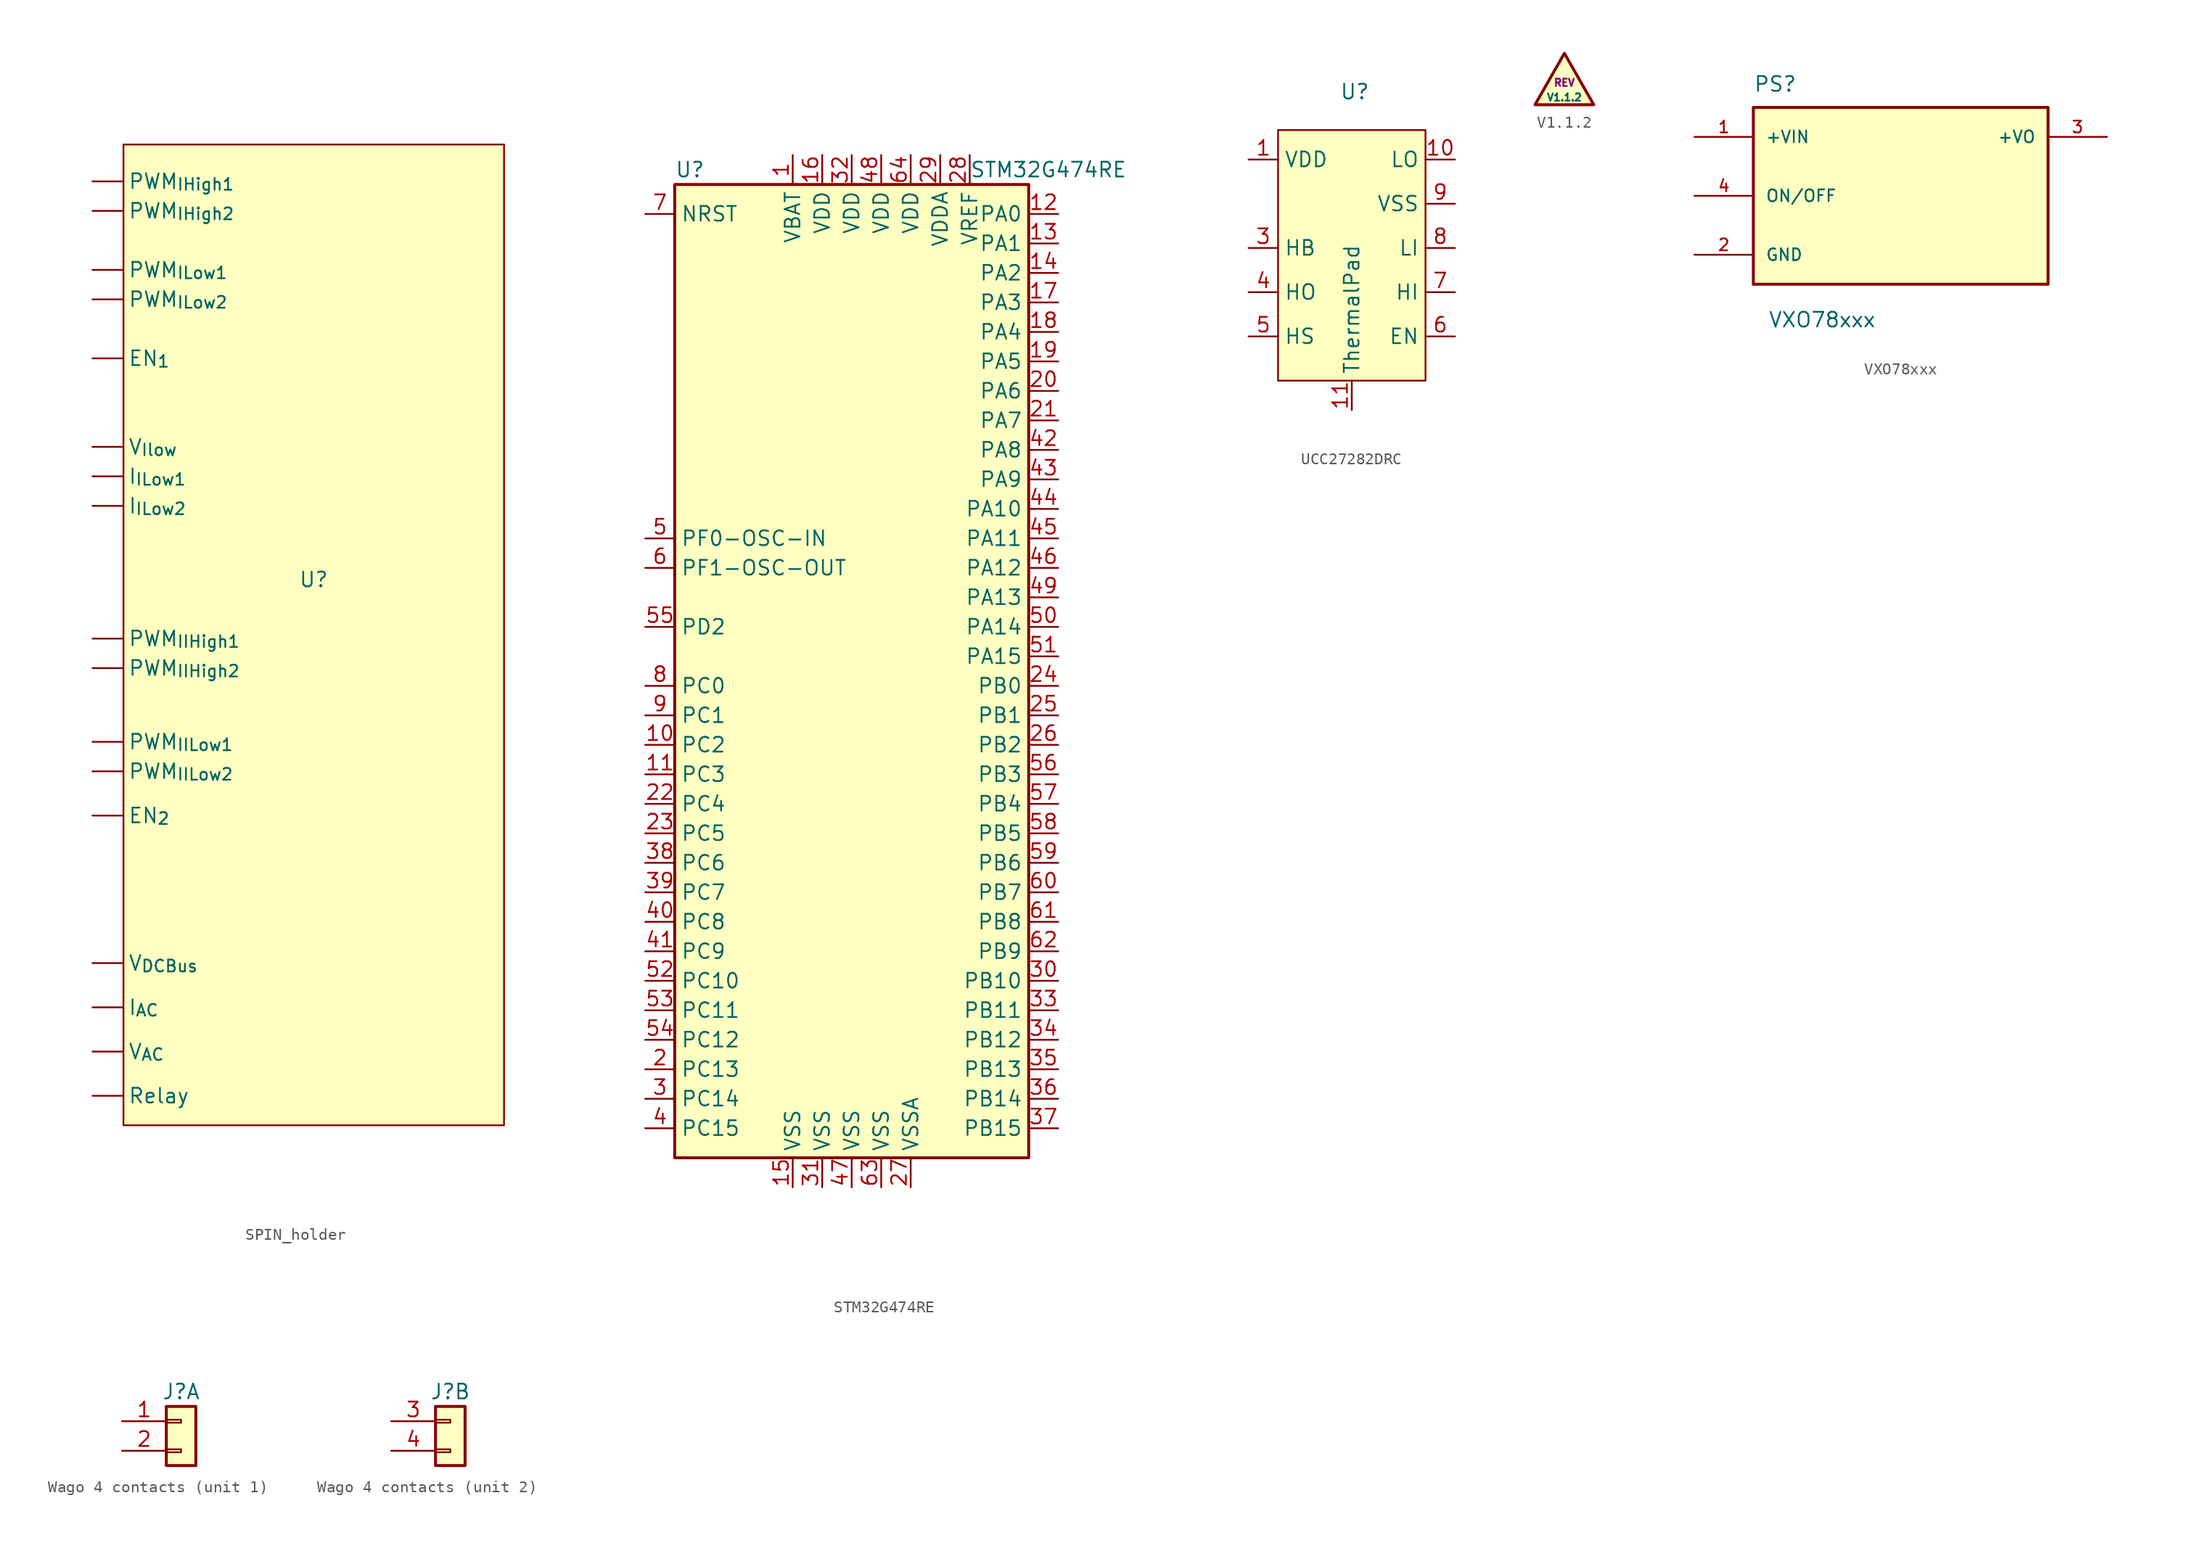
<source format=kicad_sym>
(kicad_symbol_lib
  (version 20241209)
  (generator "kicad_symbol_editor")
  (generator_version "9.0")
  (symbol "SPIN_holder"
    (property "Reference" "U"
      (at 0 0 0)
      (effects (font (size 1.27 1.27))))
    (property "Value" ""
      (at 0 0 0)
      (effects (font (size 1.27 1.27))))
    (symbol "SPIN_holder_1_1"
      (rectangle (start -16.383 37.465) (end 16.383 -46.99) (stroke (width 0) (type solid)) (fill (type background)))
      (pin input line (at -19.05 34.29 0) (length 2.54) (name "PWM_{IHigh1}" (effects (font (size 1.27 1.27)))) (number "" (effects (font (size 1.27 1.27)))))
      (pin input line (at -19.05 31.75 0) (length 2.54) (name "PWM_{IHigh2}" (effects (font (size 1.27 1.27)))) (number "" (effects (font (size 1.27 1.27)))))
      (pin input line (at -19.05 26.67 0) (length 2.54) (name "PWM_{ILow1}" (effects (font (size 1.27 1.27)))) (number "" (effects (font (size 1.27 1.27)))))
      (pin input line (at -19.05 24.13 0) (length 2.54) (name "PWM_{ILow2}" (effects (font (size 1.27 1.27)))) (number "" (effects (font (size 1.27 1.27)))))
      (pin input line (at -19.05 19.05 0) (length 2.54) (name "EN_{1}" (effects (font (size 1.27 1.27)))) (number "" (effects (font (size 1.27 1.27)))))
      (pin input line (at -19.05 11.43 0) (length 2.54) (name "V_{Ilow}" (effects (font (size 1.27 1.27)))) (number "" (effects (font (size 1.27 1.27)))))
      (pin input line (at -19.05 8.89 0) (length 2.54) (name "I_{ILow1}" (effects (font (size 1.27 1.27)))) (number "" (effects (font (size 1.27 1.27)))))
      (pin input line (at -19.05 6.35 0) (length 2.54) (name "I_{ILow2}" (effects (font (size 1.27 1.27)))) (number "" (effects (font (size 1.27 1.27)))))
      (pin input line (at -19.05 -5.08 0) (length 2.54) (name "PWM_{IIHigh1}" (effects (font (size 1.27 1.27)))) (number "" (effects (font (size 1.27 1.27)))))
      (pin input line (at -19.05 -7.62 0) (length 2.54) (name "PWM_{IIHigh2}" (effects (font (size 1.27 1.27)))) (number "" (effects (font (size 1.27 1.27)))))
      (pin input line (at -19.05 -13.97 0) (length 2.54) (name "PWM_{IILow1}" (effects (font (size 1.27 1.27)))) (number "" (effects (font (size 1.27 1.27)))))
      (pin input line (at -19.05 -16.51 0) (length 2.54) (name "PWM_{IILow2}" (effects (font (size 1.27 1.27)))) (number "" (effects (font (size 1.27 1.27)))))
      (pin input line (at -19.05 -20.32 0) (length 2.54) (name "EN_{2}" (effects (font (size 1.27 1.27)))) (number "" (effects (font (size 1.27 1.27)))))
      (pin input line (at -19.05 -33.02 0) (length 2.54) (name "V_{DCBus}" (effects (font (size 1.27 1.27)))) (number "" (effects (font (size 1.27 1.27)))))
      (pin input line (at -19.05 -36.83 0) (length 2.54) (name "I_{AC}" (effects (font (size 1.27 1.27)))) (number "" (effects (font (size 1.27 1.27)))))
      (pin input line (at -19.05 -40.64 0) (length 2.54) (name "V_{AC}" (effects (font (size 1.27 1.27)))) (number "" (effects (font (size 1.27 1.27)))))
      (pin input line (at -19.05 -44.45 0) (length 2.54) (name "Relay" (effects (font (size 1.27 1.27)))) (number "" (effects (font (size 1.27 1.27)))))))
  (symbol "STM32G474RE"
    (property "Reference" "U"
      (at -15.24 41.91 0)
      (effects (font (size 1.27 1.27)) (justify left)))
    (property "Value" "STM32G474RE"
      (at 10.16 41.91 0)
      (effects (font (size 1.27 1.27)) (justify left)))
    (symbol "STM32G474RE_0_1"
      (rectangle (start -15.24 -43.18) (end 15.24 40.64) (stroke (width 0.254) (type default)) (fill (type background))))
    (symbol "STM32G474RE_1_1"
      (pin input line (at -17.78 38.1 0) (length 2.54) (name "NRST" (effects (font (size 1.27 1.27)))) (number "7" (effects (font (size 1.27 1.27)))))
      (pin input line (at -17.78 10.16 0) (length 2.54) (name "PF0-OSC-IN" (effects (font (size 1.27 1.27)))) (number "5" (effects (font (size 1.27 1.27)))))
      (pin input line (at -17.78 7.62 0) (length 2.54) (name "PF1-OSC-OUT" (effects (font (size 1.27 1.27)))) (number "6" (effects (font (size 1.27 1.27)))))
      (pin bidirectional line (at -17.78 2.54 0) (length 2.54) (name "PD2" (effects (font (size 1.27 1.27)))) (number "55" (effects (font (size 1.27 1.27)))))
      (pin bidirectional line (at -17.78 -2.54 0) (length 2.54) (name "PC0" (effects (font (size 1.27 1.27)))) (number "8" (effects (font (size 1.27 1.27)))))
      (pin bidirectional line (at -17.78 -5.08 0) (length 2.54) (name "PC1" (effects (font (size 1.27 1.27)))) (number "9" (effects (font (size 1.27 1.27)))))
      (pin bidirectional line (at -17.78 -7.62 0) (length 2.54) (name "PC2" (effects (font (size 1.27 1.27)))) (number "10" (effects (font (size 1.27 1.27)))))
      (pin bidirectional line (at -17.78 -10.16 0) (length 2.54) (name "PC3" (effects (font (size 1.27 1.27)))) (number "11" (effects (font (size 1.27 1.27)))))
      (pin bidirectional line (at -17.78 -12.7 0) (length 2.54) (name "PC4" (effects (font (size 1.27 1.27)))) (number "22" (effects (font (size 1.27 1.27)))))
      (pin bidirectional line (at -17.78 -15.24 0) (length 2.54) (name "PC5" (effects (font (size 1.27 1.27)))) (number "23" (effects (font (size 1.27 1.27)))))
      (pin bidirectional line (at -17.78 -17.78 0) (length 2.54) (name "PC6" (effects (font (size 1.27 1.27)))) (number "38" (effects (font (size 1.27 1.27)))))
      (pin bidirectional line (at -17.78 -20.32 0) (length 2.54) (name "PC7" (effects (font (size 1.27 1.27)))) (number "39" (effects (font (size 1.27 1.27)))))
      (pin bidirectional line (at -17.78 -22.86 0) (length 2.54) (name "PC8" (effects (font (size 1.27 1.27)))) (number "40" (effects (font (size 1.27 1.27)))))
      (pin bidirectional line (at -17.78 -25.4 0) (length 2.54) (name "PC9" (effects (font (size 1.27 1.27)))) (number "41" (effects (font (size 1.27 1.27)))))
      (pin bidirectional line (at -17.78 -27.94 0) (length 2.54) (name "PC10" (effects (font (size 1.27 1.27)))) (number "52" (effects (font (size 1.27 1.27)))))
      (pin bidirectional line (at -17.78 -30.48 0) (length 2.54) (name "PC11" (effects (font (size 1.27 1.27)))) (number "53" (effects (font (size 1.27 1.27)))))
      (pin bidirectional line (at -17.78 -33.02 0) (length 2.54) (name "PC12" (effects (font (size 1.27 1.27)))) (number "54" (effects (font (size 1.27 1.27)))))
      (pin bidirectional line (at -17.78 -35.56 0) (length 2.54) (name "PC13" (effects (font (size 1.27 1.27)))) (number "2" (effects (font (size 1.27 1.27)))))
      (pin bidirectional line (at -17.78 -38.1 0) (length 2.54) (name "PC14" (effects (font (size 1.27 1.27)))) (number "3" (effects (font (size 1.27 1.27)))))
      (pin bidirectional line (at -17.78 -40.64 0) (length 2.54) (name "PC15" (effects (font (size 1.27 1.27)))) (number "4" (effects (font (size 1.27 1.27)))))
      (pin power_in line (at -5.08 43.18 270) (length 2.54) (name "VBAT" (effects (font (size 1.27 1.27)))) (number "1" (effects (font (size 1.27 1.27)))))
      (pin power_in line (at -5.08 -45.72 90) (length 2.54) (name "VSS" (effects (font (size 1.27 1.27)))) (number "15" (effects (font (size 1.27 1.27)))))
      (pin power_in line (at -2.54 43.18 270) (length 2.54) (name "VDD" (effects (font (size 1.27 1.27)))) (number "16" (effects (font (size 1.27 1.27)))))
      (pin power_in line (at -2.54 -45.72 90) (length 2.54) (name "VSS" (effects (font (size 1.27 1.27)))) (number "31" (effects (font (size 1.27 1.27)))))
      (pin power_in line (at 0 43.18 270) (length 2.54) (name "VDD" (effects (font (size 1.27 1.27)))) (number "32" (effects (font (size 1.27 1.27)))))
      (pin power_in line (at 0 -45.72 90) (length 2.54) (name "VSS" (effects (font (size 1.27 1.27)))) (number "47" (effects (font (size 1.27 1.27)))))
      (pin power_in line (at 2.54 43.18 270) (length 2.54) (name "VDD" (effects (font (size 1.27 1.27)))) (number "48" (effects (font (size 1.27 1.27)))))
      (pin power_in line (at 2.54 -45.72 90) (length 2.54) (name "VSS" (effects (font (size 1.27 1.27)))) (number "63" (effects (font (size 1.27 1.27)))))
      (pin power_in line (at 5.08 43.18 270) (length 2.54) (name "VDD" (effects (font (size 1.27 1.27)))) (number "64" (effects (font (size 1.27 1.27)))))
      (pin power_in line (at 5.08 -45.72 90) (length 2.54) (name "VSSA" (effects (font (size 1.27 1.27)))) (number "27" (effects (font (size 1.27 1.27)))))
      (pin power_in line (at 7.62 43.18 270) (length 2.54) (name "VDDA" (effects (font (size 1.27 1.27)))) (number "29" (effects (font (size 1.27 1.27)))))
      (pin bidirectional line (at 10.16 43.18 270) (length 2.54) (name "VREF" (effects (font (size 1.27 1.27)))) (number "28" (effects (font (size 1.27 1.27)))))
      (pin bidirectional line (at 17.78 38.1 180) (length 2.54) (name "PA0" (effects (font (size 1.27 1.27)))) (number "12" (effects (font (size 1.27 1.27)))))
      (pin bidirectional line (at 17.78 35.56 180) (length 2.54) (name "PA1" (effects (font (size 1.27 1.27)))) (number "13" (effects (font (size 1.27 1.27)))))
      (pin bidirectional line (at 17.78 33.02 180) (length 2.54) (name "PA2" (effects (font (size 1.27 1.27)))) (number "14" (effects (font (size 1.27 1.27)))))
      (pin bidirectional line (at 17.78 30.48 180) (length 2.54) (name "PA3" (effects (font (size 1.27 1.27)))) (number "17" (effects (font (size 1.27 1.27)))))
      (pin bidirectional line (at 17.78 27.94 180) (length 2.54) (name "PA4" (effects (font (size 1.27 1.27)))) (number "18" (effects (font (size 1.27 1.27)))))
      (pin bidirectional line (at 17.78 25.4 180) (length 2.54) (name "PA5" (effects (font (size 1.27 1.27)))) (number "19" (effects (font (size 1.27 1.27)))))
      (pin bidirectional line (at 17.78 22.86 180) (length 2.54) (name "PA6" (effects (font (size 1.27 1.27)))) (number "20" (effects (font (size 1.27 1.27)))))
      (pin bidirectional line (at 17.78 20.32 180) (length 2.54) (name "PA7" (effects (font (size 1.27 1.27)))) (number "21" (effects (font (size 1.27 1.27)))))
      (pin bidirectional line (at 17.78 17.78 180) (length 2.54) (name "PA8" (effects (font (size 1.27 1.27)))) (number "42" (effects (font (size 1.27 1.27)))))
      (pin bidirectional line (at 17.78 15.24 180) (length 2.54) (name "PA9" (effects (font (size 1.27 1.27)))) (number "43" (effects (font (size 1.27 1.27)))))
      (pin bidirectional line (at 17.78 12.7 180) (length 2.54) (name "PA10" (effects (font (size 1.27 1.27)))) (number "44" (effects (font (size 1.27 1.27)))))
      (pin bidirectional line (at 17.78 10.16 180) (length 2.54) (name "PA11" (effects (font (size 1.27 1.27)))) (number "45" (effects (font (size 1.27 1.27)))))
      (pin bidirectional line (at 17.78 7.62 180) (length 2.54) (name "PA12" (effects (font (size 1.27 1.27)))) (number "46" (effects (font (size 1.27 1.27)))))
      (pin bidirectional line (at 17.78 5.08 180) (length 2.54) (name "PA13" (effects (font (size 1.27 1.27)))) (number "49" (effects (font (size 1.27 1.27)))))
      (pin bidirectional line (at 17.78 2.54 180) (length 2.54) (name "PA14" (effects (font (size 1.27 1.27)))) (number "50" (effects (font (size 1.27 1.27)))))
      (pin bidirectional line (at 17.78 0 180) (length 2.54) (name "PA15" (effects (font (size 1.27 1.27)))) (number "51" (effects (font (size 1.27 1.27)))))
      (pin bidirectional line (at 17.78 -2.54 180) (length 2.54) (name "PB0" (effects (font (size 1.27 1.27)))) (number "24" (effects (font (size 1.27 1.27)))))
      (pin bidirectional line (at 17.78 -5.08 180) (length 2.54) (name "PB1" (effects (font (size 1.27 1.27)))) (number "25" (effects (font (size 1.27 1.27)))))
      (pin bidirectional line (at 17.78 -7.62 180) (length 2.54) (name "PB2" (effects (font (size 1.27 1.27)))) (number "26" (effects (font (size 1.27 1.27)))))
      (pin bidirectional line (at 17.78 -10.16 180) (length 2.54) (name "PB3" (effects (font (size 1.27 1.27)))) (number "56" (effects (font (size 1.27 1.27)))))
      (pin bidirectional line (at 17.78 -12.7 180) (length 2.54) (name "PB4" (effects (font (size 1.27 1.27)))) (number "57" (effects (font (size 1.27 1.27)))))
      (pin bidirectional line (at 17.78 -15.24 180) (length 2.54) (name "PB5" (effects (font (size 1.27 1.27)))) (number "58" (effects (font (size 1.27 1.27)))))
      (pin bidirectional line (at 17.78 -17.78 180) (length 2.54) (name "PB6" (effects (font (size 1.27 1.27)))) (number "59" (effects (font (size 1.27 1.27)))))
      (pin bidirectional line (at 17.78 -20.32 180) (length 2.54) (name "PB7" (effects (font (size 1.27 1.27)))) (number "60" (effects (font (size 1.27 1.27)))))
      (pin bidirectional line (at 17.78 -22.86 180) (length 2.54) (name "PB8" (effects (font (size 1.27 1.27)))) (number "61" (effects (font (size 1.27 1.27)))))
      (pin bidirectional line (at 17.78 -25.4 180) (length 2.54) (name "PB9" (effects (font (size 1.27 1.27)))) (number "62" (effects (font (size 1.27 1.27)))))
      (pin bidirectional line (at 17.78 -27.94 180) (length 2.54) (name "PB10" (effects (font (size 1.27 1.27)))) (number "30" (effects (font (size 1.27 1.27)))))
      (pin bidirectional line (at 17.78 -30.48 180) (length 2.54) (name "PB11" (effects (font (size 1.27 1.27)))) (number "33" (effects (font (size 1.27 1.27)))))
      (pin bidirectional line (at 17.78 -33.02 180) (length 2.54) (name "PB12" (effects (font (size 1.27 1.27)))) (number "34" (effects (font (size 1.27 1.27)))))
      (pin bidirectional line (at 17.78 -35.56 180) (length 2.54) (name "PB13" (effects (font (size 1.27 1.27)))) (number "35" (effects (font (size 1.27 1.27)))))
      (pin bidirectional line (at 17.78 -38.1 180) (length 2.54) (name "PB14" (effects (font (size 1.27 1.27)))) (number "36" (effects (font (size 1.27 1.27)))))
      (pin bidirectional line (at 17.78 -40.64 180) (length 2.54) (name "PB15" (effects (font (size 1.27 1.27)))) (number "37" (effects (font (size 1.27 1.27)))))))
  (symbol "UCC27282DRC"
    (property "Reference" "U"
      (at 0.254 10.922 0)
      (effects (font (size 1.27 1.27))))
    (property "Value" ""
      (at 0 0 0)
      (effects (font (size 1.27 1.27))))
    (symbol "UCC27282DRC_1_1"
      (rectangle (start -6.35 7.62) (end 6.35 -13.97) (stroke (width 0) (type solid)) (fill (type background)))
      (pin input line (at -8.89 5.08 0) (length 2.54) (name "VDD" (effects (font (size 1.27 1.27)))) (number "1" (effects (font (size 1.27 1.27)))))
      (pin no_connect line (at -8.89 1.27 0) (length 2.54) (hide yes) (name "NC" (effects (font (size 1.27 1.27)))) (number "2" (effects (font (size 1.27 1.27)))))
      (pin input line (at -8.89 -2.54 0) (length 2.54) (name "HB" (effects (font (size 1.27 1.27)))) (number "3" (effects (font (size 1.27 1.27)))))
      (pin input line (at -8.89 -6.35 0) (length 2.54) (name "HO" (effects (font (size 1.27 1.27)))) (number "4" (effects (font (size 1.27 1.27)))))
      (pin input line (at -8.89 -10.16 0) (length 2.54) (name "HS" (effects (font (size 1.27 1.27)))) (number "5" (effects (font (size 1.27 1.27)))))
      (pin input line (at 0 -16.51 90) (length 2.54) (name "ThermalPad" (effects (font (size 1.27 1.27)))) (number "11" (effects (font (size 1.27 1.27)))))
      (pin input line (at 8.89 5.08 180) (length 2.54) (name "LO" (effects (font (size 1.27 1.27)))) (number "10" (effects (font (size 1.27 1.27)))))
      (pin input line (at 8.89 1.27 180) (length 2.54) (name "VSS" (effects (font (size 1.27 1.27)))) (number "9" (effects (font (size 1.27 1.27)))))
      (pin input line (at 8.89 -2.54 180) (length 2.54) (name "LI" (effects (font (size 1.27 1.27)))) (number "8" (effects (font (size 1.27 1.27)))))
      (pin input line (at 8.89 -6.35 180) (length 2.54) (name "HI" (effects (font (size 1.27 1.27)))) (number "7" (effects (font (size 1.27 1.27)))))
      (pin input line (at 8.89 -10.16 180) (length 2.54) (name "EN" (effects (font (size 1.27 1.27)))) (number "6" (effects (font (size 1.27 1.27)))))))
  (symbol "V1.1.2"
    (pin_names
      (offset 1.016)
      (hide yes))
    (property "Reference" "#REV"
      (at -0.127 3.302 0)
      (effects (font (size 0.635 0.635)) (hide yes)))
    (property "Value" "V1.1.2"
      (at 0 -1.27 0)
      (effects (font (size 0.635 0.635))))
    (property "REV" "REV"
      (at 0 0 0)
      (effects (font (size 0.635 0.635))))
    (symbol "V1.1.2_0_1"
      (polyline (pts (xy -2.54 -1.905) (xy 2.54 -1.905) (xy 0 2.54) (xy -2.54 -1.905)) (stroke (width 0.254) (type default)) (fill (type background)))))
  (symbol "VXO78xxx"
    (pin_names
      (offset 1.016))
    (property "Reference" "PS"
      (at -12.7 8.89 0)
      (effects (font (size 1.27 1.27)) (justify left bottom)))
    (property "Value" "VXO78xxx"
      (at -11.43 -11.43 0)
      (effects (font (size 1.27 1.27)) (justify left bottom)))
    (property "ki_locked" ""
      (at 0 0 0)
      (effects (font (size 1.27 1.27))))
    (symbol "VXO78xxx_0_0"
      (rectangle (start -12.7 -7.62) (end 12.7 7.62) (stroke (width 0.254) (type default)) (fill (type background)))
      (pin input line (at -17.78 5.08 0) (length 5.08) (name "+VIN" (effects (font (size 1.016 1.016)))) (number "1" (effects (font (size 1.016 1.016)))))
      (pin input line (at -17.78 0 0) (length 5.08) (name "ON/OFF" (effects (font (size 1.016 1.016)))) (number "4" (effects (font (size 1.016 1.016)))))
      (pin power_in line (at -17.78 -5.08 0) (length 5.08) (name "GND" (effects (font (size 1.016 1.016)))) (number "2" (effects (font (size 1.016 1.016)))))
      (pin output line (at 17.78 5.08 180) (length 5.08) (name "+VO" (effects (font (size 1.016 1.016)))) (number "3" (effects (font (size 1.016 1.016)))))))
  (symbol "Wago 4 contacts"
    (pin_names
      (offset 1.016)
      (hide yes))
    (property "Reference" "J"
      (at 0 2.54 0)
      (effects (font (size 1.27 1.27))))
    (symbol "Wago 4 contacts_1_1"
      (rectangle (start -1.27 1.27) (end 1.27 -3.81) (stroke (width 0.254) (type default)) (fill (type background)))
      (rectangle (start -1.27 0.127) (end 0 -0.127) (stroke (width 0.152) (type default)) (fill (type none)))
      (rectangle (start -1.27 -2.413) (end 0 -2.667) (stroke (width 0.152) (type default)) (fill (type none)))
      (pin passive line (at -5.08 0 0) (length 3.81) (name "Pin_1" (effects (font (size 1.27 1.27)))) (number "1" (effects (font (size 1.27 1.27)))))
      (pin passive line (at -5.08 -2.54 0) (length 3.81) (name "Pin_2" (effects (font (size 1.27 1.27)))) (number "2" (effects (font (size 1.27 1.27))))))
    (symbol "Wago 4 contacts_2_1"
      (rectangle (start -1.27 1.27) (end 1.27 -3.81) (stroke (width 0.254) (type default)) (fill (type background)))
      (rectangle (start -1.27 0.127) (end 0 -0.127) (stroke (width 0.152) (type default)) (fill (type none)))
      (rectangle (start -1.27 -2.413) (end 0 -2.667) (stroke (width 0.152) (type default)) (fill (type none)))
      (pin passive line (at -5.08 0 0) (length 3.81) (name "Pin_1" (effects (font (size 1.27 1.27)))) (number "3" (effects (font (size 1.27 1.27)))))
      (pin passive line (at -5.08 -2.54 0) (length 3.81) (name "Pin_2" (effects (font (size 1.27 1.27)))) (number "4" (effects (font (size 1.27 1.27))))))))
</source>
